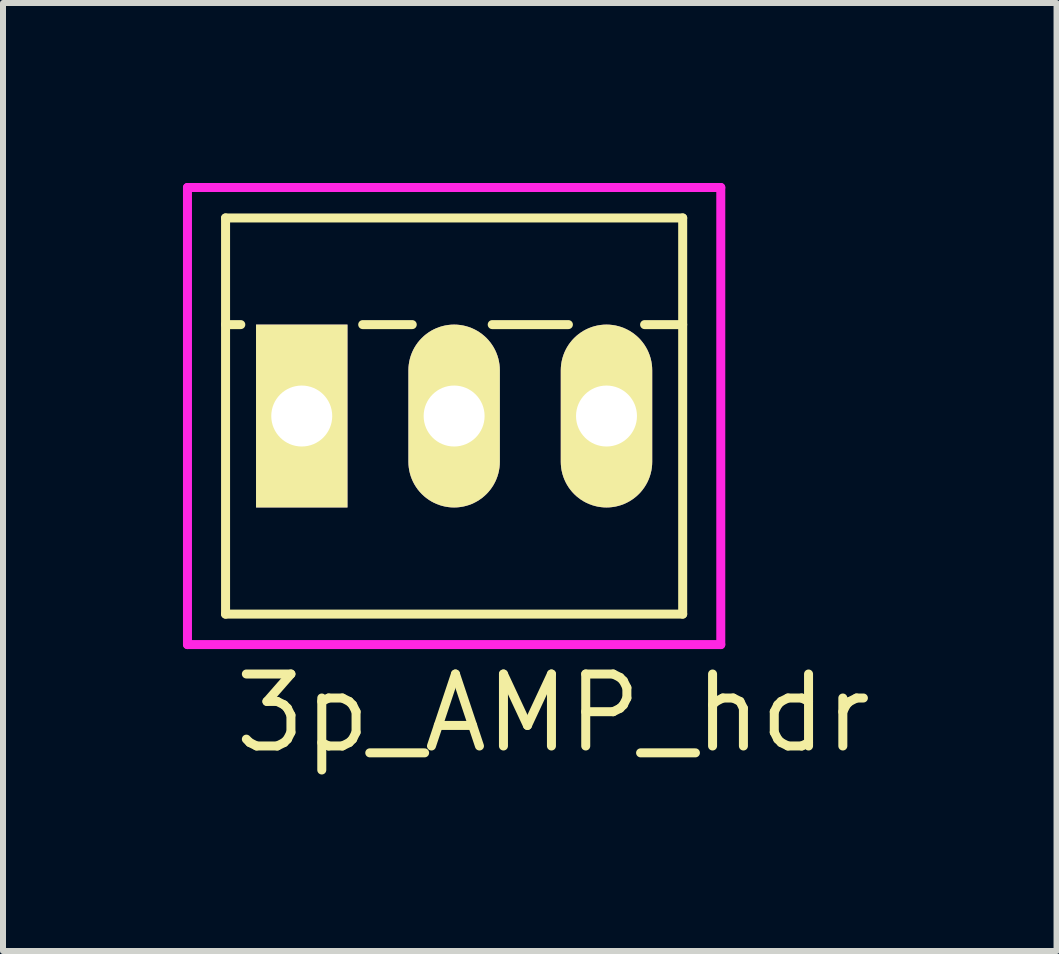
<source format=kicad_pcb>
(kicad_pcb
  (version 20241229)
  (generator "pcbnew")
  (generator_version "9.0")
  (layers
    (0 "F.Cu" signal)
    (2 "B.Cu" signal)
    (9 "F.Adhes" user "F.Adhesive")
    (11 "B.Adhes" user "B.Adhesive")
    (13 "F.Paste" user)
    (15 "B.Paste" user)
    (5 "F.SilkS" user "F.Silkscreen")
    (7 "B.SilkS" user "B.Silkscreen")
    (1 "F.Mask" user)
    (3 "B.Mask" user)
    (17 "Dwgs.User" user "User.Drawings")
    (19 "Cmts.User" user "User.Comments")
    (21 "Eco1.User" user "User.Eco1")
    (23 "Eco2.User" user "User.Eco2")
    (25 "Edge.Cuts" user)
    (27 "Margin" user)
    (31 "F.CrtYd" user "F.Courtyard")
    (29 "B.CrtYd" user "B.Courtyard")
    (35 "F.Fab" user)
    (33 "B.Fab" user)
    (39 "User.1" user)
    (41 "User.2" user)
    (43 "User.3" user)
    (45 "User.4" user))
  (footprint "3p_AMP_hdr"
    (layer "F.Cu")
    (at 5.79 3.885)
    (property "Reference" "3p_AMP_hdr" (at 0.381 4.953 0) (layer "F.SilkS") (effects (font (size 1.2 1.2) (thickness 0.15))))
    (attr through_hole)
    (fp_line (start -5.08 -3.302) (end 2.54 -3.302) (stroke (width 0.15) (type solid)) (layer "F.SilkS"))
    (fp_line (start -5.08 -1.524) (end -4.826 -1.524) (stroke (width 0.15) (type solid)) (layer "F.SilkS"))
    (fp_line (start -5.08 3.302) (end -5.08 -3.302) (stroke (width 0.15) (type solid)) (layer "F.SilkS"))
    (fp_line (start -5.08 3.302) (end 2.54 3.302) (stroke (width 0.15) (type solid)) (layer "F.SilkS"))
    (fp_line (start -2.794 -1.524) (end -1.968 -1.524) (stroke (width 0.15) (type solid)) (layer "F.SilkS"))
    (fp_line (start -0.635 -1.524) (end 0.635 -1.524) (stroke (width 0.15) (type solid)) (layer "F.SilkS"))
    (fp_line (start 1.905 -1.524) (end 2.54 -1.524) (stroke (width 0.15) (type solid)) (layer "F.SilkS"))
    (fp_line (start 2.54 -3.302) (end 2.54 3.302) (stroke (width 0.15) (type solid)) (layer "F.SilkS"))
    (fp_line (start -5.715 -3.81) (end 3.175 -3.81) (stroke (width 0.15) (type solid)) (layer "F.CrtYd"))
    (fp_line (start -5.715 3.81) (end -5.715 -3.81) (stroke (width 0.15) (type solid)) (layer "F.CrtYd"))
    (fp_line (start 3.175 -3.81) (end 3.175 3.81) (stroke (width 0.15) (type solid)) (layer "F.CrtYd"))
    (fp_line (start 3.175 3.81) (end -5.715 3.81) (stroke (width 0.15) (type solid)) (layer "F.CrtYd"))
    (pad "1" thru_hole rect (at -3.81 0) (size 1.524 3.048) (drill 1.016) (layers "*.Cu" "*.Mask" "F.SilkS"))
    (pad "2" thru_hole oval (at -1.27 0) (size 1.524 3.048) (drill 1.016) (layers "*.Cu" "*.Mask" "F.SilkS"))
    (pad "3" thru_hole oval (at 1.27 0) (size 1.524 3.048) (drill 1.016) (layers "*.Cu" "*.Mask" "F.SilkS")))
  (gr_rect
    (start -3 -3)
    (end 14.562 12.803)
    (stroke (width 0.1) (type default))
    (fill no)
    (layer "Edge.Cuts")))
</source>
